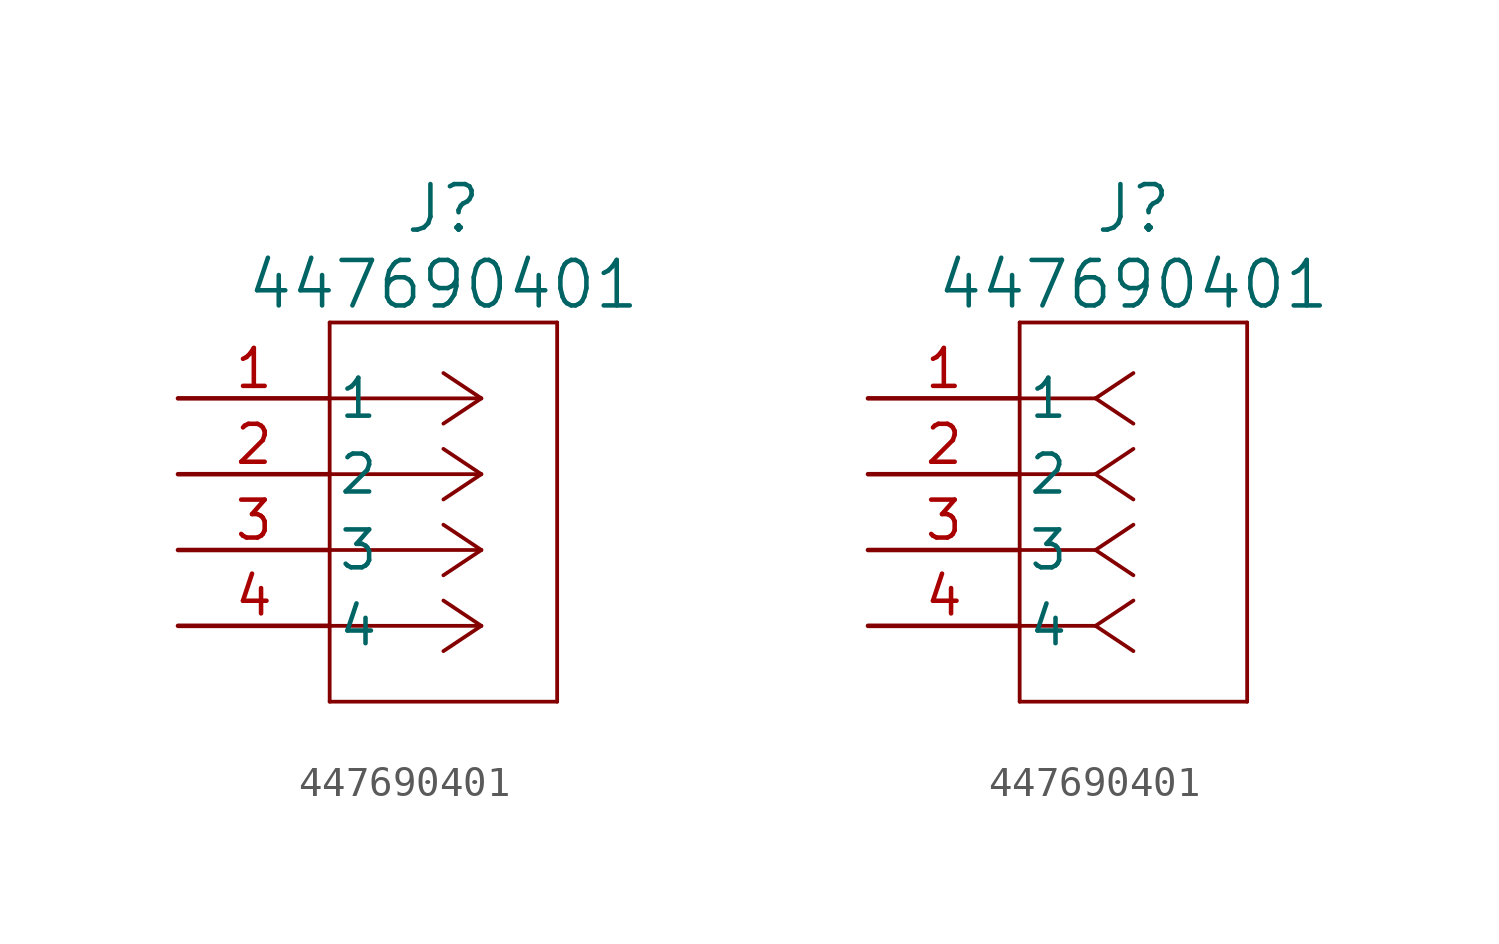
<source format=kicad_sym>
(kicad_symbol_lib
  (version 20241209)
  (generator "kicad_symbol_editor")
  (generator_version "9.0")
  (symbol "447690401"
    (pin_names
      (offset 0.254))
    (property "Reference" "J"
      (at 8.89 6.35 0)
      (effects (font (size 1.524 1.524))))
    (property "Value" "447690401"
      (at 8.89 3.81 0)
      (effects (font (size 1.524 1.524))))
    (property "ki_locked" ""
      (at 0 0 0)
      (effects (font (size 1.27 1.27))))
    (symbol "447690401_1_1"
      (polyline (pts (xy 5.08 2.54) (xy 5.08 -10.16)) (stroke (width 0.127) (type default)) (fill (type none)))
      (polyline (pts (xy 5.08 -10.16) (xy 12.7 -10.16)) (stroke (width 0.127) (type default)) (fill (type none)))
      (polyline (pts (xy 10.16 0) (xy 5.08 0)) (stroke (width 0.127) (type default)) (fill (type none)))
      (polyline (pts (xy 10.16 0) (xy 8.89 0.847)) (stroke (width 0.127) (type default)) (fill (type none)))
      (polyline (pts (xy 10.16 0) (xy 8.89 -0.847)) (stroke (width 0.127) (type default)) (fill (type none)))
      (polyline (pts (xy 10.16 -2.54) (xy 5.08 -2.54)) (stroke (width 0.127) (type default)) (fill (type none)))
      (polyline (pts (xy 10.16 -2.54) (xy 8.89 -1.693)) (stroke (width 0.127) (type default)) (fill (type none)))
      (polyline (pts (xy 10.16 -2.54) (xy 8.89 -3.387)) (stroke (width 0.127) (type default)) (fill (type none)))
      (polyline (pts (xy 10.16 -5.08) (xy 5.08 -5.08)) (stroke (width 0.127) (type default)) (fill (type none)))
      (polyline (pts (xy 10.16 -5.08) (xy 8.89 -4.233)) (stroke (width 0.127) (type default)) (fill (type none)))
      (polyline (pts (xy 10.16 -5.08) (xy 8.89 -5.927)) (stroke (width 0.127) (type default)) (fill (type none)))
      (polyline (pts (xy 10.16 -7.62) (xy 5.08 -7.62)) (stroke (width 0.127) (type default)) (fill (type none)))
      (polyline (pts (xy 10.16 -7.62) (xy 8.89 -6.773)) (stroke (width 0.127) (type default)) (fill (type none)))
      (polyline (pts (xy 10.16 -7.62) (xy 8.89 -8.467)) (stroke (width 0.127) (type default)) (fill (type none)))
      (polyline (pts (xy 12.7 2.54) (xy 5.08 2.54)) (stroke (width 0.127) (type default)) (fill (type none)))
      (polyline (pts (xy 12.7 -10.16) (xy 12.7 2.54)) (stroke (width 0.127) (type default)) (fill (type none)))
      (pin unspecified line (at 0 0 0) (length 5.08) (name "1" (effects (font (size 1.27 1.27)))) (number "1" (effects (font (size 1.27 1.27)))))
      (pin unspecified line (at 0 -2.54 0) (length 5.08) (name "2" (effects (font (size 1.27 1.27)))) (number "2" (effects (font (size 1.27 1.27)))))
      (pin unspecified line (at 0 -5.08 0) (length 5.08) (name "3" (effects (font (size 1.27 1.27)))) (number "3" (effects (font (size 1.27 1.27)))))
      (pin unspecified line (at 0 -7.62 0) (length 5.08) (name "4" (effects (font (size 1.27 1.27)))) (number "4" (effects (font (size 1.27 1.27))))))
    (symbol "447690401_1_2"
      (polyline (pts (xy 5.08 2.54) (xy 5.08 -10.16)) (stroke (width 0.127) (type default)) (fill (type none)))
      (polyline (pts (xy 5.08 -10.16) (xy 12.7 -10.16)) (stroke (width 0.127) (type default)) (fill (type none)))
      (polyline (pts (xy 7.62 0) (xy 5.08 0)) (stroke (width 0.127) (type default)) (fill (type none)))
      (polyline (pts (xy 7.62 0) (xy 8.89 0.847)) (stroke (width 0.127) (type default)) (fill (type none)))
      (polyline (pts (xy 7.62 0) (xy 8.89 -0.847)) (stroke (width 0.127) (type default)) (fill (type none)))
      (polyline (pts (xy 7.62 -2.54) (xy 5.08 -2.54)) (stroke (width 0.127) (type default)) (fill (type none)))
      (polyline (pts (xy 7.62 -2.54) (xy 8.89 -1.693)) (stroke (width 0.127) (type default)) (fill (type none)))
      (polyline (pts (xy 7.62 -2.54) (xy 8.89 -3.387)) (stroke (width 0.127) (type default)) (fill (type none)))
      (polyline (pts (xy 7.62 -5.08) (xy 5.08 -5.08)) (stroke (width 0.127) (type default)) (fill (type none)))
      (polyline (pts (xy 7.62 -5.08) (xy 8.89 -4.233)) (stroke (width 0.127) (type default)) (fill (type none)))
      (polyline (pts (xy 7.62 -5.08) (xy 8.89 -5.927)) (stroke (width 0.127) (type default)) (fill (type none)))
      (polyline (pts (xy 7.62 -7.62) (xy 5.08 -7.62)) (stroke (width 0.127) (type default)) (fill (type none)))
      (polyline (pts (xy 7.62 -7.62) (xy 8.89 -6.773)) (stroke (width 0.127) (type default)) (fill (type none)))
      (polyline (pts (xy 7.62 -7.62) (xy 8.89 -8.467)) (stroke (width 0.127) (type default)) (fill (type none)))
      (polyline (pts (xy 12.7 2.54) (xy 5.08 2.54)) (stroke (width 0.127) (type default)) (fill (type none)))
      (polyline (pts (xy 12.7 -10.16) (xy 12.7 2.54)) (stroke (width 0.127) (type default)) (fill (type none)))
      (pin unspecified line (at 0 0 0) (length 5.08) (name "1" (effects (font (size 1.27 1.27)))) (number "1" (effects (font (size 1.27 1.27)))))
      (pin unspecified line (at 0 -2.54 0) (length 5.08) (name "2" (effects (font (size 1.27 1.27)))) (number "2" (effects (font (size 1.27 1.27)))))
      (pin unspecified line (at 0 -5.08 0) (length 5.08) (name "3" (effects (font (size 1.27 1.27)))) (number "3" (effects (font (size 1.27 1.27)))))
      (pin unspecified line (at 0 -7.62 0) (length 5.08) (name "4" (effects (font (size 1.27 1.27)))) (number "4" (effects (font (size 1.27 1.27))))))))
</source>
